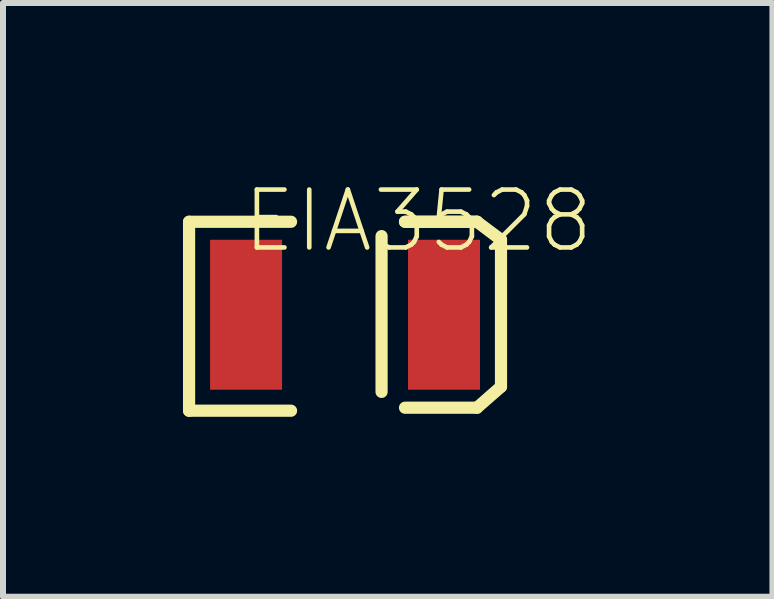
<source format=kicad_pcb>
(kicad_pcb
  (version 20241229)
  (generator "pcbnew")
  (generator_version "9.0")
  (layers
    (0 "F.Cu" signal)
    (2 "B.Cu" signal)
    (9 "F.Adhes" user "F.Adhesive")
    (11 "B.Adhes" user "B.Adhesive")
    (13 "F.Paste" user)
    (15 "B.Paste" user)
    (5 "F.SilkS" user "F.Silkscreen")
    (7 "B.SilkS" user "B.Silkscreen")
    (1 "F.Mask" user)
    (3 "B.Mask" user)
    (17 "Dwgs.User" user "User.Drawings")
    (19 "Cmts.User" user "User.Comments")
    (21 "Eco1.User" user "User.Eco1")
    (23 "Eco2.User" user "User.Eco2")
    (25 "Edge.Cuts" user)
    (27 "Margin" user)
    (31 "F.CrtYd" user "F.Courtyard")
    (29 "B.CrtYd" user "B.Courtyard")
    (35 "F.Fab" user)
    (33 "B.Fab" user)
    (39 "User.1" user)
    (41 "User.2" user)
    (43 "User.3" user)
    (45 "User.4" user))
  (footprint "EIA3528"
    (layer "F.Cu")
    (at 2.702 2.197)
    (property "Reference" "EIA3528" (at -1.75 -1 180) (layer "F.SilkS") (effects (font (size 0.965 0.965) (thickness 0.077)) (justify left bottom)))
    (attr through_hole)
    (fp_line (start -2.6 -1.55) (end -0.9 -1.55) (stroke (width 0.203) (type solid)) (layer "F.SilkS"))
    (fp_line (start -2.6 1.6) (end -2.6 -1.55) (stroke (width 0.203) (type solid)) (layer "F.SilkS"))
    (fp_line (start -0.9 1.6) (end -2.6 1.6) (stroke (width 0.203) (type solid)) (layer "F.SilkS"))
    (fp_line (start 0.609 -1.311) (end 0.609 1.286) (stroke (width 0.203) (type solid)) (layer "F.SilkS"))
    (fp_line (start 1 1.55) (end 2.2 1.55) (stroke (width 0.203) (type solid)) (layer "F.SilkS"))
    (fp_line (start 2.2 -1.55) (end 1 -1.55) (stroke (width 0.203) (type solid)) (layer "F.SilkS"))
    (fp_line (start 2.2 -1.55) (end 1 -1.55) (stroke (width 0.203) (type solid)) (layer "F.SilkS"))
    (fp_line (start 2.2 1.55) (end 2.6 1.2) (stroke (width 0.203) (type solid)) (layer "F.SilkS"))
    (fp_line (start 2.6 -1.25) (end 2.2 -1.55) (stroke (width 0.203) (type solid)) (layer "F.SilkS"))
    (fp_line (start 2.6 1.2) (end 2.6 -1.25) (stroke (width 0.203) (type solid)) (layer "F.SilkS"))
    (pad "A" smd rect (at 1.65 0 90) (size 2.5 1.2) (layers "F.Cu" "F.Mask" "F.Paste"))
    (pad "C" smd rect (at -1.65 0 90) (size 2.5 1.2) (layers "F.Cu" "F.Mask" "F.Paste")))
  (gr_rect
    (start -3 -3)
    (end 9.827 6.898)
    (stroke (width 0.1) (type default))
    (fill no)
    (layer "Edge.Cuts")))
</source>
